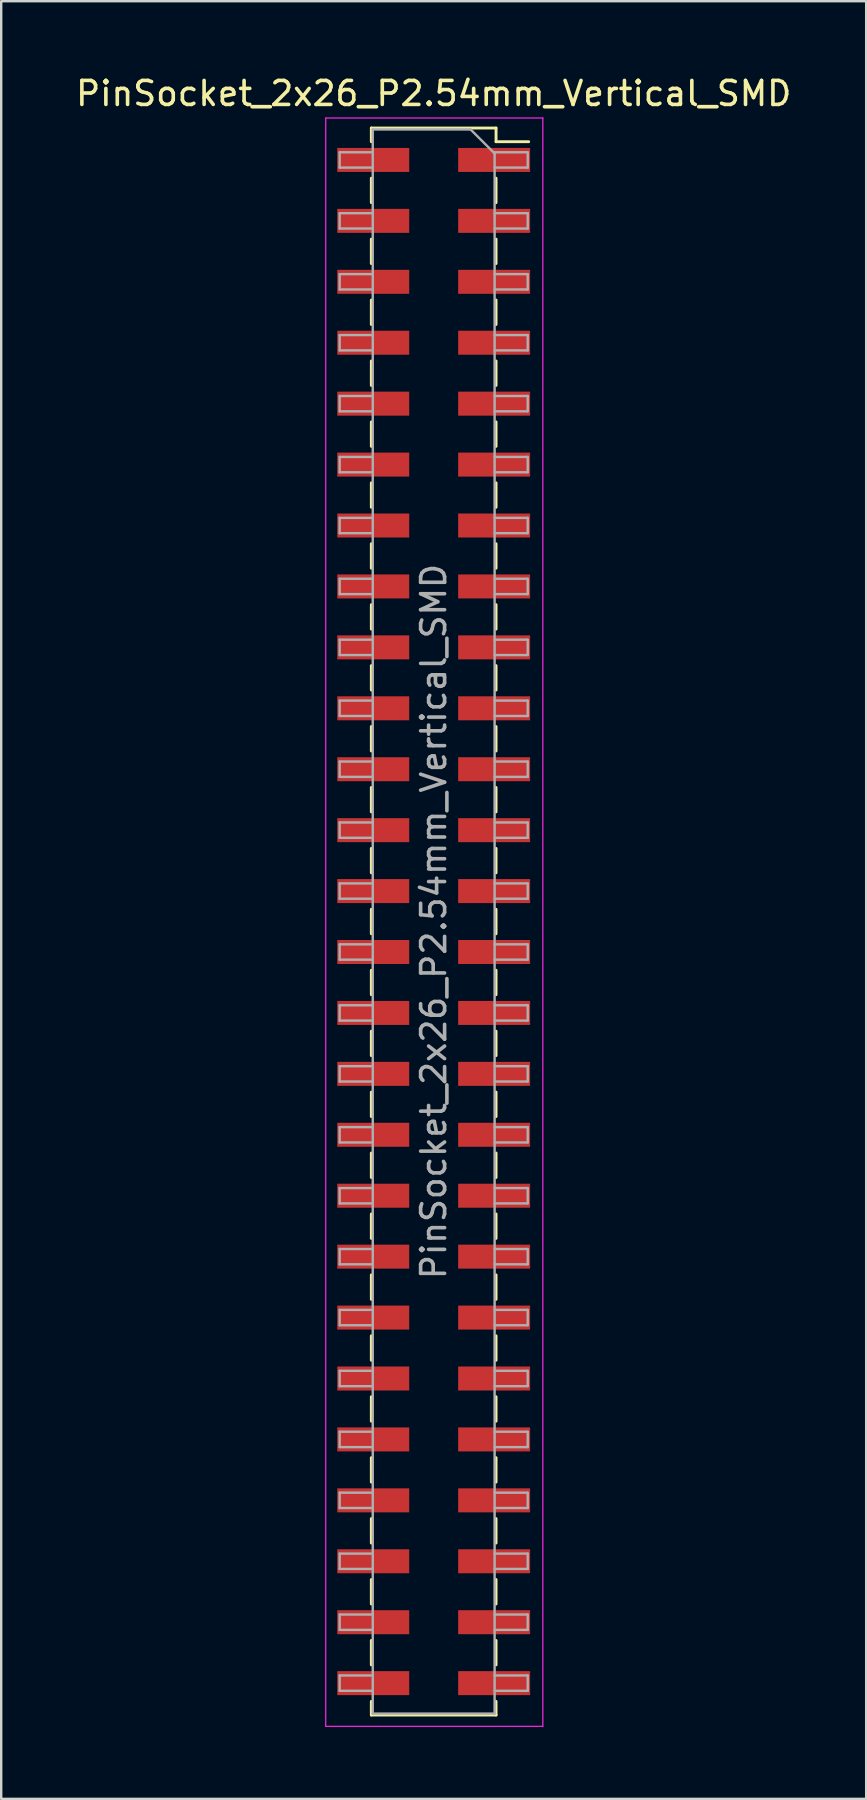
<source format=kicad_pcb>
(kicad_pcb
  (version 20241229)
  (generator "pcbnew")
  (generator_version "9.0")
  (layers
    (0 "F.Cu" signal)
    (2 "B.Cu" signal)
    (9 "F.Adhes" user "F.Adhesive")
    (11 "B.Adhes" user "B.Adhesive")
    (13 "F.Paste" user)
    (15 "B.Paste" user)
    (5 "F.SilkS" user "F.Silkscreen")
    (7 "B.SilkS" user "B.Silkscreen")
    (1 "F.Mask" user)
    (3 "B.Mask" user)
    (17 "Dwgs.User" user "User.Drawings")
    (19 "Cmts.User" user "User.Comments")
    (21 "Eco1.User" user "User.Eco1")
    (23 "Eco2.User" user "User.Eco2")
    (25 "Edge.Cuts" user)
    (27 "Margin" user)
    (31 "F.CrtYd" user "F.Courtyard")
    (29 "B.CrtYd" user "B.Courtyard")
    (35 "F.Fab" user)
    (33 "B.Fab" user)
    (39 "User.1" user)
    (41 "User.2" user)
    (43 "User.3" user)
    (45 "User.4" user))
  (footprint "PinSocket_2x26_P2.54mm_Vertical_SMD"
    (layer "F.Cu")
    (at 15.03 35.368)
    (property "Reference" "PinSocket_2x26_P2.54mm_Vertical_SMD" (at 0 -34.52 0) (layer "F.SilkS") (effects (font (size 1 1) (thickness 0.15))))
    (attr smd)
    (fp_line (start -2.6 -33.08) (end -2.6 -32.51) (stroke (width 0.12) (type solid)) (layer "F.SilkS"))
    (fp_line (start -2.6 -33.08) (end 2.6 -33.08) (stroke (width 0.12) (type solid)) (layer "F.SilkS"))
    (fp_line (start -2.6 -30.99) (end -2.6 -29.97) (stroke (width 0.12) (type solid)) (layer "F.SilkS"))
    (fp_line (start -2.6 -28.45) (end -2.6 -27.43) (stroke (width 0.12) (type solid)) (layer "F.SilkS"))
    (fp_line (start -2.6 -25.91) (end -2.6 -24.89) (stroke (width 0.12) (type solid)) (layer "F.SilkS"))
    (fp_line (start -2.6 -23.37) (end -2.6 -22.35) (stroke (width 0.12) (type solid)) (layer "F.SilkS"))
    (fp_line (start -2.6 -20.83) (end -2.6 -19.81) (stroke (width 0.12) (type solid)) (layer "F.SilkS"))
    (fp_line (start -2.6 -18.29) (end -2.6 -17.27) (stroke (width 0.12) (type solid)) (layer "F.SilkS"))
    (fp_line (start -2.6 -15.75) (end -2.6 -14.73) (stroke (width 0.12) (type solid)) (layer "F.SilkS"))
    (fp_line (start -2.6 -13.21) (end -2.6 -12.19) (stroke (width 0.12) (type solid)) (layer "F.SilkS"))
    (fp_line (start -2.6 -10.67) (end -2.6 -9.65) (stroke (width 0.12) (type solid)) (layer "F.SilkS"))
    (fp_line (start -2.6 -8.13) (end -2.6 -7.11) (stroke (width 0.12) (type solid)) (layer "F.SilkS"))
    (fp_line (start -2.6 -5.59) (end -2.6 -4.57) (stroke (width 0.12) (type solid)) (layer "F.SilkS"))
    (fp_line (start -2.6 -3.05) (end -2.6 -2.03) (stroke (width 0.12) (type solid)) (layer "F.SilkS"))
    (fp_line (start -2.6 -0.51) (end -2.6 0.51) (stroke (width 0.12) (type solid)) (layer "F.SilkS"))
    (fp_line (start -2.6 2.03) (end -2.6 3.05) (stroke (width 0.12) (type solid)) (layer "F.SilkS"))
    (fp_line (start -2.6 4.57) (end -2.6 5.59) (stroke (width 0.12) (type solid)) (layer "F.SilkS"))
    (fp_line (start -2.6 7.11) (end -2.6 8.13) (stroke (width 0.12) (type solid)) (layer "F.SilkS"))
    (fp_line (start -2.6 9.65) (end -2.6 10.67) (stroke (width 0.12) (type solid)) (layer "F.SilkS"))
    (fp_line (start -2.6 12.19) (end -2.6 13.21) (stroke (width 0.12) (type solid)) (layer "F.SilkS"))
    (fp_line (start -2.6 14.73) (end -2.6 15.75) (stroke (width 0.12) (type solid)) (layer "F.SilkS"))
    (fp_line (start -2.6 17.27) (end -2.6 18.29) (stroke (width 0.12) (type solid)) (layer "F.SilkS"))
    (fp_line (start -2.6 19.81) (end -2.6 20.83) (stroke (width 0.12) (type solid)) (layer "F.SilkS"))
    (fp_line (start -2.6 22.35) (end -2.6 23.37) (stroke (width 0.12) (type solid)) (layer "F.SilkS"))
    (fp_line (start -2.6 24.89) (end -2.6 25.91) (stroke (width 0.12) (type solid)) (layer "F.SilkS"))
    (fp_line (start -2.6 27.43) (end -2.6 28.45) (stroke (width 0.12) (type solid)) (layer "F.SilkS"))
    (fp_line (start -2.6 29.97) (end -2.6 30.99) (stroke (width 0.12) (type solid)) (layer "F.SilkS"))
    (fp_line (start -2.6 32.51) (end -2.6 33.08) (stroke (width 0.12) (type solid)) (layer "F.SilkS"))
    (fp_line (start -2.6 33.08) (end 2.6 33.08) (stroke (width 0.12) (type solid)) (layer "F.SilkS"))
    (fp_line (start 2.6 -33.08) (end 2.6 -32.51) (stroke (width 0.12) (type solid)) (layer "F.SilkS"))
    (fp_line (start 2.6 -32.51) (end 3.96 -32.51) (stroke (width 0.12) (type solid)) (layer "F.SilkS"))
    (fp_line (start 2.6 -30.99) (end 2.6 -29.97) (stroke (width 0.12) (type solid)) (layer "F.SilkS"))
    (fp_line (start 2.6 -28.45) (end 2.6 -27.43) (stroke (width 0.12) (type solid)) (layer "F.SilkS"))
    (fp_line (start 2.6 -25.91) (end 2.6 -24.89) (stroke (width 0.12) (type solid)) (layer "F.SilkS"))
    (fp_line (start 2.6 -23.37) (end 2.6 -22.35) (stroke (width 0.12) (type solid)) (layer "F.SilkS"))
    (fp_line (start 2.6 -20.83) (end 2.6 -19.81) (stroke (width 0.12) (type solid)) (layer "F.SilkS"))
    (fp_line (start 2.6 -18.29) (end 2.6 -17.27) (stroke (width 0.12) (type solid)) (layer "F.SilkS"))
    (fp_line (start 2.6 -15.75) (end 2.6 -14.73) (stroke (width 0.12) (type solid)) (layer "F.SilkS"))
    (fp_line (start 2.6 -13.21) (end 2.6 -12.19) (stroke (width 0.12) (type solid)) (layer "F.SilkS"))
    (fp_line (start 2.6 -10.67) (end 2.6 -9.65) (stroke (width 0.12) (type solid)) (layer "F.SilkS"))
    (fp_line (start 2.6 -8.13) (end 2.6 -7.11) (stroke (width 0.12) (type solid)) (layer "F.SilkS"))
    (fp_line (start 2.6 -5.59) (end 2.6 -4.57) (stroke (width 0.12) (type solid)) (layer "F.SilkS"))
    (fp_line (start 2.6 -3.05) (end 2.6 -2.03) (stroke (width 0.12) (type solid)) (layer "F.SilkS"))
    (fp_line (start 2.6 -0.51) (end 2.6 0.51) (stroke (width 0.12) (type solid)) (layer "F.SilkS"))
    (fp_line (start 2.6 2.03) (end 2.6 3.05) (stroke (width 0.12) (type solid)) (layer "F.SilkS"))
    (fp_line (start 2.6 4.57) (end 2.6 5.59) (stroke (width 0.12) (type solid)) (layer "F.SilkS"))
    (fp_line (start 2.6 7.11) (end 2.6 8.13) (stroke (width 0.12) (type solid)) (layer "F.SilkS"))
    (fp_line (start 2.6 9.65) (end 2.6 10.67) (stroke (width 0.12) (type solid)) (layer "F.SilkS"))
    (fp_line (start 2.6 12.19) (end 2.6 13.21) (stroke (width 0.12) (type solid)) (layer "F.SilkS"))
    (fp_line (start 2.6 14.73) (end 2.6 15.75) (stroke (width 0.12) (type solid)) (layer "F.SilkS"))
    (fp_line (start 2.6 17.27) (end 2.6 18.29) (stroke (width 0.12) (type solid)) (layer "F.SilkS"))
    (fp_line (start 2.6 19.81) (end 2.6 20.83) (stroke (width 0.12) (type solid)) (layer "F.SilkS"))
    (fp_line (start 2.6 22.35) (end 2.6 23.37) (stroke (width 0.12) (type solid)) (layer "F.SilkS"))
    (fp_line (start 2.6 24.89) (end 2.6 25.91) (stroke (width 0.12) (type solid)) (layer "F.SilkS"))
    (fp_line (start 2.6 27.43) (end 2.6 28.45) (stroke (width 0.12) (type solid)) (layer "F.SilkS"))
    (fp_line (start 2.6 29.97) (end 2.6 30.99) (stroke (width 0.12) (type solid)) (layer "F.SilkS"))
    (fp_line (start 2.6 32.51) (end 2.6 33.08) (stroke (width 0.12) (type solid)) (layer "F.SilkS"))
    (fp_line (start -4.5 -33.5) (end 4.55 -33.5) (stroke (width 0.05) (type solid)) (layer "F.CrtYd"))
    (fp_line (start -4.5 33.55) (end -4.5 -33.5) (stroke (width 0.05) (type solid)) (layer "F.CrtYd"))
    (fp_line (start 4.55 -33.5) (end 4.55 33.55) (stroke (width 0.05) (type solid)) (layer "F.CrtYd"))
    (fp_line (start 4.55 33.55) (end -4.5 33.55) (stroke (width 0.05) (type solid)) (layer "F.CrtYd"))
    (fp_line (start -3.92 -32.07) (end -2.54 -32.07) (stroke (width 0.1) (type solid)) (layer "F.Fab"))
    (fp_line (start -3.92 -31.43) (end -3.92 -32.07) (stroke (width 0.1) (type solid)) (layer "F.Fab"))
    (fp_line (start -3.92 -29.53) (end -2.54 -29.53) (stroke (width 0.1) (type solid)) (layer "F.Fab"))
    (fp_line (start -3.92 -28.89) (end -3.92 -29.53) (stroke (width 0.1) (type solid)) (layer "F.Fab"))
    (fp_line (start -3.92 -26.99) (end -2.54 -26.99) (stroke (width 0.1) (type solid)) (layer "F.Fab"))
    (fp_line (start -3.92 -26.35) (end -3.92 -26.99) (stroke (width 0.1) (type solid)) (layer "F.Fab"))
    (fp_line (start -3.92 -24.45) (end -2.54 -24.45) (stroke (width 0.1) (type solid)) (layer "F.Fab"))
    (fp_line (start -3.92 -23.81) (end -3.92 -24.45) (stroke (width 0.1) (type solid)) (layer "F.Fab"))
    (fp_line (start -3.92 -21.91) (end -2.54 -21.91) (stroke (width 0.1) (type solid)) (layer "F.Fab"))
    (fp_line (start -3.92 -21.27) (end -3.92 -21.91) (stroke (width 0.1) (type solid)) (layer "F.Fab"))
    (fp_line (start -3.92 -19.37) (end -2.54 -19.37) (stroke (width 0.1) (type solid)) (layer "F.Fab"))
    (fp_line (start -3.92 -18.73) (end -3.92 -19.37) (stroke (width 0.1) (type solid)) (layer "F.Fab"))
    (fp_line (start -3.92 -16.83) (end -2.54 -16.83) (stroke (width 0.1) (type solid)) (layer "F.Fab"))
    (fp_line (start -3.92 -16.19) (end -3.92 -16.83) (stroke (width 0.1) (type solid)) (layer "F.Fab"))
    (fp_line (start -3.92 -14.29) (end -2.54 -14.29) (stroke (width 0.1) (type solid)) (layer "F.Fab"))
    (fp_line (start -3.92 -13.65) (end -3.92 -14.29) (stroke (width 0.1) (type solid)) (layer "F.Fab"))
    (fp_line (start -3.92 -11.75) (end -2.54 -11.75) (stroke (width 0.1) (type solid)) (layer "F.Fab"))
    (fp_line (start -3.92 -11.11) (end -3.92 -11.75) (stroke (width 0.1) (type solid)) (layer "F.Fab"))
    (fp_line (start -3.92 -9.21) (end -2.54 -9.21) (stroke (width 0.1) (type solid)) (layer "F.Fab"))
    (fp_line (start -3.92 -8.57) (end -3.92 -9.21) (stroke (width 0.1) (type solid)) (layer "F.Fab"))
    (fp_line (start -3.92 -6.67) (end -2.54 -6.67) (stroke (width 0.1) (type solid)) (layer "F.Fab"))
    (fp_line (start -3.92 -6.03) (end -3.92 -6.67) (stroke (width 0.1) (type solid)) (layer "F.Fab"))
    (fp_line (start -3.92 -4.13) (end -2.54 -4.13) (stroke (width 0.1) (type solid)) (layer "F.Fab"))
    (fp_line (start -3.92 -3.49) (end -3.92 -4.13) (stroke (width 0.1) (type solid)) (layer "F.Fab"))
    (fp_line (start -3.92 -1.59) (end -2.54 -1.59) (stroke (width 0.1) (type solid)) (layer "F.Fab"))
    (fp_line (start -3.92 -0.95) (end -3.92 -1.59) (stroke (width 0.1) (type solid)) (layer "F.Fab"))
    (fp_line (start -3.92 0.95) (end -2.54 0.95) (stroke (width 0.1) (type solid)) (layer "F.Fab"))
    (fp_line (start -3.92 1.59) (end -3.92 0.95) (stroke (width 0.1) (type solid)) (layer "F.Fab"))
    (fp_line (start -3.92 3.49) (end -2.54 3.49) (stroke (width 0.1) (type solid)) (layer "F.Fab"))
    (fp_line (start -3.92 4.13) (end -3.92 3.49) (stroke (width 0.1) (type solid)) (layer "F.Fab"))
    (fp_line (start -3.92 6.03) (end -2.54 6.03) (stroke (width 0.1) (type solid)) (layer "F.Fab"))
    (fp_line (start -3.92 6.67) (end -3.92 6.03) (stroke (width 0.1) (type solid)) (layer "F.Fab"))
    (fp_line (start -3.92 8.57) (end -2.54 8.57) (stroke (width 0.1) (type solid)) (layer "F.Fab"))
    (fp_line (start -3.92 9.21) (end -3.92 8.57) (stroke (width 0.1) (type solid)) (layer "F.Fab"))
    (fp_line (start -3.92 11.11) (end -2.54 11.11) (stroke (width 0.1) (type solid)) (layer "F.Fab"))
    (fp_line (start -3.92 11.75) (end -3.92 11.11) (stroke (width 0.1) (type solid)) (layer "F.Fab"))
    (fp_line (start -3.92 13.65) (end -2.54 13.65) (stroke (width 0.1) (type solid)) (layer "F.Fab"))
    (fp_line (start -3.92 14.29) (end -3.92 13.65) (stroke (width 0.1) (type solid)) (layer "F.Fab"))
    (fp_line (start -3.92 16.19) (end -2.54 16.19) (stroke (width 0.1) (type solid)) (layer "F.Fab"))
    (fp_line (start -3.92 16.83) (end -3.92 16.19) (stroke (width 0.1) (type solid)) (layer "F.Fab"))
    (fp_line (start -3.92 18.73) (end -2.54 18.73) (stroke (width 0.1) (type solid)) (layer "F.Fab"))
    (fp_line (start -3.92 19.37) (end -3.92 18.73) (stroke (width 0.1) (type solid)) (layer "F.Fab"))
    (fp_line (start -3.92 21.27) (end -2.54 21.27) (stroke (width 0.1) (type solid)) (layer "F.Fab"))
    (fp_line (start -3.92 21.91) (end -3.92 21.27) (stroke (width 0.1) (type solid)) (layer "F.Fab"))
    (fp_line (start -3.92 23.81) (end -2.54 23.81) (stroke (width 0.1) (type solid)) (layer "F.Fab"))
    (fp_line (start -3.92 24.45) (end -3.92 23.81) (stroke (width 0.1) (type solid)) (layer "F.Fab"))
    (fp_line (start -3.92 26.35) (end -2.54 26.35) (stroke (width 0.1) (type solid)) (layer "F.Fab"))
    (fp_line (start -3.92 26.99) (end -3.92 26.35) (stroke (width 0.1) (type solid)) (layer "F.Fab"))
    (fp_line (start -3.92 28.89) (end -2.54 28.89) (stroke (width 0.1) (type solid)) (layer "F.Fab"))
    (fp_line (start -3.92 29.53) (end -3.92 28.89) (stroke (width 0.1) (type solid)) (layer "F.Fab"))
    (fp_line (start -3.92 31.43) (end -2.54 31.43) (stroke (width 0.1) (type solid)) (layer "F.Fab"))
    (fp_line (start -3.92 32.07) (end -3.92 31.43) (stroke (width 0.1) (type solid)) (layer "F.Fab"))
    (fp_line (start -2.54 -33.02) (end 1.54 -33.02) (stroke (width 0.1) (type solid)) (layer "F.Fab"))
    (fp_line (start -2.54 -31.43) (end -3.92 -31.43) (stroke (width 0.1) (type solid)) (layer "F.Fab"))
    (fp_line (start -2.54 -28.89) (end -3.92 -28.89) (stroke (width 0.1) (type solid)) (layer "F.Fab"))
    (fp_line (start -2.54 -26.35) (end -3.92 -26.35) (stroke (width 0.1) (type solid)) (layer "F.Fab"))
    (fp_line (start -2.54 -23.81) (end -3.92 -23.81) (stroke (width 0.1) (type solid)) (layer "F.Fab"))
    (fp_line (start -2.54 -21.27) (end -3.92 -21.27) (stroke (width 0.1) (type solid)) (layer "F.Fab"))
    (fp_line (start -2.54 -18.73) (end -3.92 -18.73) (stroke (width 0.1) (type solid)) (layer "F.Fab"))
    (fp_line (start -2.54 -16.19) (end -3.92 -16.19) (stroke (width 0.1) (type solid)) (layer "F.Fab"))
    (fp_line (start -2.54 -13.65) (end -3.92 -13.65) (stroke (width 0.1) (type solid)) (layer "F.Fab"))
    (fp_line (start -2.54 -11.11) (end -3.92 -11.11) (stroke (width 0.1) (type solid)) (layer "F.Fab"))
    (fp_line (start -2.54 -8.57) (end -3.92 -8.57) (stroke (width 0.1) (type solid)) (layer "F.Fab"))
    (fp_line (start -2.54 -6.03) (end -3.92 -6.03) (stroke (width 0.1) (type solid)) (layer "F.Fab"))
    (fp_line (start -2.54 -3.49) (end -3.92 -3.49) (stroke (width 0.1) (type solid)) (layer "F.Fab"))
    (fp_line (start -2.54 -0.95) (end -3.92 -0.95) (stroke (width 0.1) (type solid)) (layer "F.Fab"))
    (fp_line (start -2.54 1.59) (end -3.92 1.59) (stroke (width 0.1) (type solid)) (layer "F.Fab"))
    (fp_line (start -2.54 4.13) (end -3.92 4.13) (stroke (width 0.1) (type solid)) (layer "F.Fab"))
    (fp_line (start -2.54 6.67) (end -3.92 6.67) (stroke (width 0.1) (type solid)) (layer "F.Fab"))
    (fp_line (start -2.54 9.21) (end -3.92 9.21) (stroke (width 0.1) (type solid)) (layer "F.Fab"))
    (fp_line (start -2.54 11.75) (end -3.92 11.75) (stroke (width 0.1) (type solid)) (layer "F.Fab"))
    (fp_line (start -2.54 14.29) (end -3.92 14.29) (stroke (width 0.1) (type solid)) (layer "F.Fab"))
    (fp_line (start -2.54 16.83) (end -3.92 16.83) (stroke (width 0.1) (type solid)) (layer "F.Fab"))
    (fp_line (start -2.54 19.37) (end -3.92 19.37) (stroke (width 0.1) (type solid)) (layer "F.Fab"))
    (fp_line (start -2.54 21.91) (end -3.92 21.91) (stroke (width 0.1) (type solid)) (layer "F.Fab"))
    (fp_line (start -2.54 24.45) (end -3.92 24.45) (stroke (width 0.1) (type solid)) (layer "F.Fab"))
    (fp_line (start -2.54 26.99) (end -3.92 26.99) (stroke (width 0.1) (type solid)) (layer "F.Fab"))
    (fp_line (start -2.54 29.53) (end -3.92 29.53) (stroke (width 0.1) (type solid)) (layer "F.Fab"))
    (fp_line (start -2.54 32.07) (end -3.92 32.07) (stroke (width 0.1) (type solid)) (layer "F.Fab"))
    (fp_line (start -2.54 33.02) (end -2.54 -33.02) (stroke (width 0.1) (type solid)) (layer "F.Fab"))
    (fp_line (start 1.54 -33.02) (end 2.54 -32.02) (stroke (width 0.1) (type solid)) (layer "F.Fab"))
    (fp_line (start 2.54 -32.07) (end 3.92 -32.07) (stroke (width 0.1) (type solid)) (layer "F.Fab"))
    (fp_line (start 2.54 -32.02) (end 2.54 33.02) (stroke (width 0.1) (type solid)) (layer "F.Fab"))
    (fp_line (start 2.54 -29.53) (end 3.92 -29.53) (stroke (width 0.1) (type solid)) (layer "F.Fab"))
    (fp_line (start 2.54 -26.99) (end 3.92 -26.99) (stroke (width 0.1) (type solid)) (layer "F.Fab"))
    (fp_line (start 2.54 -24.45) (end 3.92 -24.45) (stroke (width 0.1) (type solid)) (layer "F.Fab"))
    (fp_line (start 2.54 -21.91) (end 3.92 -21.91) (stroke (width 0.1) (type solid)) (layer "F.Fab"))
    (fp_line (start 2.54 -19.37) (end 3.92 -19.37) (stroke (width 0.1) (type solid)) (layer "F.Fab"))
    (fp_line (start 2.54 -16.83) (end 3.92 -16.83) (stroke (width 0.1) (type solid)) (layer "F.Fab"))
    (fp_line (start 2.54 -14.29) (end 3.92 -14.29) (stroke (width 0.1) (type solid)) (layer "F.Fab"))
    (fp_line (start 2.54 -11.75) (end 3.92 -11.75) (stroke (width 0.1) (type solid)) (layer "F.Fab"))
    (fp_line (start 2.54 -9.21) (end 3.92 -9.21) (stroke (width 0.1) (type solid)) (layer "F.Fab"))
    (fp_line (start 2.54 -6.67) (end 3.92 -6.67) (stroke (width 0.1) (type solid)) (layer "F.Fab"))
    (fp_line (start 2.54 -4.13) (end 3.92 -4.13) (stroke (width 0.1) (type solid)) (layer "F.Fab"))
    (fp_line (start 2.54 -1.59) (end 3.92 -1.59) (stroke (width 0.1) (type solid)) (layer "F.Fab"))
    (fp_line (start 2.54 0.95) (end 3.92 0.95) (stroke (width 0.1) (type solid)) (layer "F.Fab"))
    (fp_line (start 2.54 3.49) (end 3.92 3.49) (stroke (width 0.1) (type solid)) (layer "F.Fab"))
    (fp_line (start 2.54 6.03) (end 3.92 6.03) (stroke (width 0.1) (type solid)) (layer "F.Fab"))
    (fp_line (start 2.54 8.57) (end 3.92 8.57) (stroke (width 0.1) (type solid)) (layer "F.Fab"))
    (fp_line (start 2.54 11.11) (end 3.92 11.11) (stroke (width 0.1) (type solid)) (layer "F.Fab"))
    (fp_line (start 2.54 13.65) (end 3.92 13.65) (stroke (width 0.1) (type solid)) (layer "F.Fab"))
    (fp_line (start 2.54 16.19) (end 3.92 16.19) (stroke (width 0.1) (type solid)) (layer "F.Fab"))
    (fp_line (start 2.54 18.73) (end 3.92 18.73) (stroke (width 0.1) (type solid)) (layer "F.Fab"))
    (fp_line (start 2.54 21.27) (end 3.92 21.27) (stroke (width 0.1) (type solid)) (layer "F.Fab"))
    (fp_line (start 2.54 23.81) (end 3.92 23.81) (stroke (width 0.1) (type solid)) (layer "F.Fab"))
    (fp_line (start 2.54 26.35) (end 3.92 26.35) (stroke (width 0.1) (type solid)) (layer "F.Fab"))
    (fp_line (start 2.54 28.89) (end 3.92 28.89) (stroke (width 0.1) (type solid)) (layer "F.Fab"))
    (fp_line (start 2.54 31.43) (end 3.92 31.43) (stroke (width 0.1) (type solid)) (layer "F.Fab"))
    (fp_line (start 2.54 33.02) (end -2.54 33.02) (stroke (width 0.1) (type solid)) (layer "F.Fab"))
    (fp_line (start 3.92 -32.07) (end 3.92 -31.43) (stroke (width 0.1) (type solid)) (layer "F.Fab"))
    (fp_line (start 3.92 -31.43) (end 2.54 -31.43) (stroke (width 0.1) (type solid)) (layer "F.Fab"))
    (fp_line (start 3.92 -29.53) (end 3.92 -28.89) (stroke (width 0.1) (type solid)) (layer "F.Fab"))
    (fp_line (start 3.92 -28.89) (end 2.54 -28.89) (stroke (width 0.1) (type solid)) (layer "F.Fab"))
    (fp_line (start 3.92 -26.99) (end 3.92 -26.35) (stroke (width 0.1) (type solid)) (layer "F.Fab"))
    (fp_line (start 3.92 -26.35) (end 2.54 -26.35) (stroke (width 0.1) (type solid)) (layer "F.Fab"))
    (fp_line (start 3.92 -24.45) (end 3.92 -23.81) (stroke (width 0.1) (type solid)) (layer "F.Fab"))
    (fp_line (start 3.92 -23.81) (end 2.54 -23.81) (stroke (width 0.1) (type solid)) (layer "F.Fab"))
    (fp_line (start 3.92 -21.91) (end 3.92 -21.27) (stroke (width 0.1) (type solid)) (layer "F.Fab"))
    (fp_line (start 3.92 -21.27) (end 2.54 -21.27) (stroke (width 0.1) (type solid)) (layer "F.Fab"))
    (fp_line (start 3.92 -19.37) (end 3.92 -18.73) (stroke (width 0.1) (type solid)) (layer "F.Fab"))
    (fp_line (start 3.92 -18.73) (end 2.54 -18.73) (stroke (width 0.1) (type solid)) (layer "F.Fab"))
    (fp_line (start 3.92 -16.83) (end 3.92 -16.19) (stroke (width 0.1) (type solid)) (layer "F.Fab"))
    (fp_line (start 3.92 -16.19) (end 2.54 -16.19) (stroke (width 0.1) (type solid)) (layer "F.Fab"))
    (fp_line (start 3.92 -14.29) (end 3.92 -13.65) (stroke (width 0.1) (type solid)) (layer "F.Fab"))
    (fp_line (start 3.92 -13.65) (end 2.54 -13.65) (stroke (width 0.1) (type solid)) (layer "F.Fab"))
    (fp_line (start 3.92 -11.75) (end 3.92 -11.11) (stroke (width 0.1) (type solid)) (layer "F.Fab"))
    (fp_line (start 3.92 -11.11) (end 2.54 -11.11) (stroke (width 0.1) (type solid)) (layer "F.Fab"))
    (fp_line (start 3.92 -9.21) (end 3.92 -8.57) (stroke (width 0.1) (type solid)) (layer "F.Fab"))
    (fp_line (start 3.92 -8.57) (end 2.54 -8.57) (stroke (width 0.1) (type solid)) (layer "F.Fab"))
    (fp_line (start 3.92 -6.67) (end 3.92 -6.03) (stroke (width 0.1) (type solid)) (layer "F.Fab"))
    (fp_line (start 3.92 -6.03) (end 2.54 -6.03) (stroke (width 0.1) (type solid)) (layer "F.Fab"))
    (fp_line (start 3.92 -4.13) (end 3.92 -3.49) (stroke (width 0.1) (type solid)) (layer "F.Fab"))
    (fp_line (start 3.92 -3.49) (end 2.54 -3.49) (stroke (width 0.1) (type solid)) (layer "F.Fab"))
    (fp_line (start 3.92 -1.59) (end 3.92 -0.95) (stroke (width 0.1) (type solid)) (layer "F.Fab"))
    (fp_line (start 3.92 -0.95) (end 2.54 -0.95) (stroke (width 0.1) (type solid)) (layer "F.Fab"))
    (fp_line (start 3.92 0.95) (end 3.92 1.59) (stroke (width 0.1) (type solid)) (layer "F.Fab"))
    (fp_line (start 3.92 1.59) (end 2.54 1.59) (stroke (width 0.1) (type solid)) (layer "F.Fab"))
    (fp_line (start 3.92 3.49) (end 3.92 4.13) (stroke (width 0.1) (type solid)) (layer "F.Fab"))
    (fp_line (start 3.92 4.13) (end 2.54 4.13) (stroke (width 0.1) (type solid)) (layer "F.Fab"))
    (fp_line (start 3.92 6.03) (end 3.92 6.67) (stroke (width 0.1) (type solid)) (layer "F.Fab"))
    (fp_line (start 3.92 6.67) (end 2.54 6.67) (stroke (width 0.1) (type solid)) (layer "F.Fab"))
    (fp_line (start 3.92 8.57) (end 3.92 9.21) (stroke (width 0.1) (type solid)) (layer "F.Fab"))
    (fp_line (start 3.92 9.21) (end 2.54 9.21) (stroke (width 0.1) (type solid)) (layer "F.Fab"))
    (fp_line (start 3.92 11.11) (end 3.92 11.75) (stroke (width 0.1) (type solid)) (layer "F.Fab"))
    (fp_line (start 3.92 11.75) (end 2.54 11.75) (stroke (width 0.1) (type solid)) (layer "F.Fab"))
    (fp_line (start 3.92 13.65) (end 3.92 14.29) (stroke (width 0.1) (type solid)) (layer "F.Fab"))
    (fp_line (start 3.92 14.29) (end 2.54 14.29) (stroke (width 0.1) (type solid)) (layer "F.Fab"))
    (fp_line (start 3.92 16.19) (end 3.92 16.83) (stroke (width 0.1) (type solid)) (layer "F.Fab"))
    (fp_line (start 3.92 16.83) (end 2.54 16.83) (stroke (width 0.1) (type solid)) (layer "F.Fab"))
    (fp_line (start 3.92 18.73) (end 3.92 19.37) (stroke (width 0.1) (type solid)) (layer "F.Fab"))
    (fp_line (start 3.92 19.37) (end 2.54 19.37) (stroke (width 0.1) (type solid)) (layer "F.Fab"))
    (fp_line (start 3.92 21.27) (end 3.92 21.91) (stroke (width 0.1) (type solid)) (layer "F.Fab"))
    (fp_line (start 3.92 21.91) (end 2.54 21.91) (stroke (width 0.1) (type solid)) (layer "F.Fab"))
    (fp_line (start 3.92 23.81) (end 3.92 24.45) (stroke (width 0.1) (type solid)) (layer "F.Fab"))
    (fp_line (start 3.92 24.45) (end 2.54 24.45) (stroke (width 0.1) (type solid)) (layer "F.Fab"))
    (fp_line (start 3.92 26.35) (end 3.92 26.99) (stroke (width 0.1) (type solid)) (layer "F.Fab"))
    (fp_line (start 3.92 26.99) (end 2.54 26.99) (stroke (width 0.1) (type solid)) (layer "F.Fab"))
    (fp_line (start 3.92 28.89) (end 3.92 29.53) (stroke (width 0.1) (type solid)) (layer "F.Fab"))
    (fp_line (start 3.92 29.53) (end 2.54 29.53) (stroke (width 0.1) (type solid)) (layer "F.Fab"))
    (fp_line (start 3.92 31.43) (end 3.92 32.07) (stroke (width 0.1) (type solid)) (layer "F.Fab"))
    (fp_line (start 3.92 32.07) (end 2.54 32.07) (stroke (width 0.1) (type solid)) (layer "F.Fab"))
    (fp_text user "${REFERENCE}" (at 0 0 90) (layer "F.Fab") (effects (font (size 1 1) (thickness 0.15))))
    (pad "1" smd rect (at 2.52 -31.75) (size 3 1) (layers "F.Cu" "F.Mask" "F.Paste"))
    (pad "2" smd rect (at -2.52 -31.75) (size 3 1) (layers "F.Cu" "F.Mask" "F.Paste"))
    (pad "3" smd rect (at 2.52 -29.21) (size 3 1) (layers "F.Cu" "F.Mask" "F.Paste"))
    (pad "4" smd rect (at -2.52 -29.21) (size 3 1) (layers "F.Cu" "F.Mask" "F.Paste"))
    (pad "5" smd rect (at 2.52 -26.67) (size 3 1) (layers "F.Cu" "F.Mask" "F.Paste"))
    (pad "6" smd rect (at -2.52 -26.67) (size 3 1) (layers "F.Cu" "F.Mask" "F.Paste"))
    (pad "7" smd rect (at 2.52 -24.13) (size 3 1) (layers "F.Cu" "F.Mask" "F.Paste"))
    (pad "8" smd rect (at -2.52 -24.13) (size 3 1) (layers "F.Cu" "F.Mask" "F.Paste"))
    (pad "9" smd rect (at 2.52 -21.59) (size 3 1) (layers "F.Cu" "F.Mask" "F.Paste"))
    (pad "10" smd rect (at -2.52 -21.59) (size 3 1) (layers "F.Cu" "F.Mask" "F.Paste"))
    (pad "11" smd rect (at 2.52 -19.05) (size 3 1) (layers "F.Cu" "F.Mask" "F.Paste"))
    (pad "12" smd rect (at -2.52 -19.05) (size 3 1) (layers "F.Cu" "F.Mask" "F.Paste"))
    (pad "13" smd rect (at 2.52 -16.51) (size 3 1) (layers "F.Cu" "F.Mask" "F.Paste"))
    (pad "14" smd rect (at -2.52 -16.51) (size 3 1) (layers "F.Cu" "F.Mask" "F.Paste"))
    (pad "15" smd rect (at 2.52 -13.97) (size 3 1) (layers "F.Cu" "F.Mask" "F.Paste"))
    (pad "16" smd rect (at -2.52 -13.97) (size 3 1) (layers "F.Cu" "F.Mask" "F.Paste"))
    (pad "17" smd rect (at 2.52 -11.43) (size 3 1) (layers "F.Cu" "F.Mask" "F.Paste"))
    (pad "18" smd rect (at -2.52 -11.43) (size 3 1) (layers "F.Cu" "F.Mask" "F.Paste"))
    (pad "19" smd rect (at 2.52 -8.89) (size 3 1) (layers "F.Cu" "F.Mask" "F.Paste"))
    (pad "20" smd rect (at -2.52 -8.89) (size 3 1) (layers "F.Cu" "F.Mask" "F.Paste"))
    (pad "21" smd rect (at 2.52 -6.35) (size 3 1) (layers "F.Cu" "F.Mask" "F.Paste"))
    (pad "22" smd rect (at -2.52 -6.35) (size 3 1) (layers "F.Cu" "F.Mask" "F.Paste"))
    (pad "23" smd rect (at 2.52 -3.81) (size 3 1) (layers "F.Cu" "F.Mask" "F.Paste"))
    (pad "24" smd rect (at -2.52 -3.81) (size 3 1) (layers "F.Cu" "F.Mask" "F.Paste"))
    (pad "25" smd rect (at 2.52 -1.27) (size 3 1) (layers "F.Cu" "F.Mask" "F.Paste"))
    (pad "26" smd rect (at -2.52 -1.27) (size 3 1) (layers "F.Cu" "F.Mask" "F.Paste"))
    (pad "27" smd rect (at 2.52 1.27) (size 3 1) (layers "F.Cu" "F.Mask" "F.Paste"))
    (pad "28" smd rect (at -2.52 1.27) (size 3 1) (layers "F.Cu" "F.Mask" "F.Paste"))
    (pad "29" smd rect (at 2.52 3.81) (size 3 1) (layers "F.Cu" "F.Mask" "F.Paste"))
    (pad "30" smd rect (at -2.52 3.81) (size 3 1) (layers "F.Cu" "F.Mask" "F.Paste"))
    (pad "31" smd rect (at 2.52 6.35) (size 3 1) (layers "F.Cu" "F.Mask" "F.Paste"))
    (pad "32" smd rect (at -2.52 6.35) (size 3 1) (layers "F.Cu" "F.Mask" "F.Paste"))
    (pad "33" smd rect (at 2.52 8.89) (size 3 1) (layers "F.Cu" "F.Mask" "F.Paste"))
    (pad "34" smd rect (at -2.52 8.89) (size 3 1) (layers "F.Cu" "F.Mask" "F.Paste"))
    (pad "35" smd rect (at 2.52 11.43) (size 3 1) (layers "F.Cu" "F.Mask" "F.Paste"))
    (pad "36" smd rect (at -2.52 11.43) (size 3 1) (layers "F.Cu" "F.Mask" "F.Paste"))
    (pad "37" smd rect (at 2.52 13.97) (size 3 1) (layers "F.Cu" "F.Mask" "F.Paste"))
    (pad "38" smd rect (at -2.52 13.97) (size 3 1) (layers "F.Cu" "F.Mask" "F.Paste"))
    (pad "39" smd rect (at 2.52 16.51) (size 3 1) (layers "F.Cu" "F.Mask" "F.Paste"))
    (pad "40" smd rect (at -2.52 16.51) (size 3 1) (layers "F.Cu" "F.Mask" "F.Paste"))
    (pad "41" smd rect (at 2.52 19.05) (size 3 1) (layers "F.Cu" "F.Mask" "F.Paste"))
    (pad "42" smd rect (at -2.52 19.05) (size 3 1) (layers "F.Cu" "F.Mask" "F.Paste"))
    (pad "43" smd rect (at 2.52 21.59) (size 3 1) (layers "F.Cu" "F.Mask" "F.Paste"))
    (pad "44" smd rect (at -2.52 21.59) (size 3 1) (layers "F.Cu" "F.Mask" "F.Paste"))
    (pad "45" smd rect (at 2.52 24.13) (size 3 1) (layers "F.Cu" "F.Mask" "F.Paste"))
    (pad "46" smd rect (at -2.52 24.13) (size 3 1) (layers "F.Cu" "F.Mask" "F.Paste"))
    (pad "47" smd rect (at 2.52 26.67) (size 3 1) (layers "F.Cu" "F.Mask" "F.Paste"))
    (pad "48" smd rect (at -2.52 26.67) (size 3 1) (layers "F.Cu" "F.Mask" "F.Paste"))
    (pad "49" smd rect (at 2.52 29.21) (size 3 1) (layers "F.Cu" "F.Mask" "F.Paste"))
    (pad "50" smd rect (at -2.52 29.21) (size 3 1) (layers "F.Cu" "F.Mask" "F.Paste"))
    (pad "51" smd rect (at 2.52 31.75) (size 3 1) (layers "F.Cu" "F.Mask" "F.Paste"))
    (pad "52" smd rect (at -2.52 31.75) (size 3 1) (layers "F.Cu" "F.Mask" "F.Paste")))
  (gr_rect
    (start -3 -3)
    (end 33.06 71.943)
    (stroke (width 0.1) (type default))
    (fill no)
    (layer "Edge.Cuts")))
</source>
